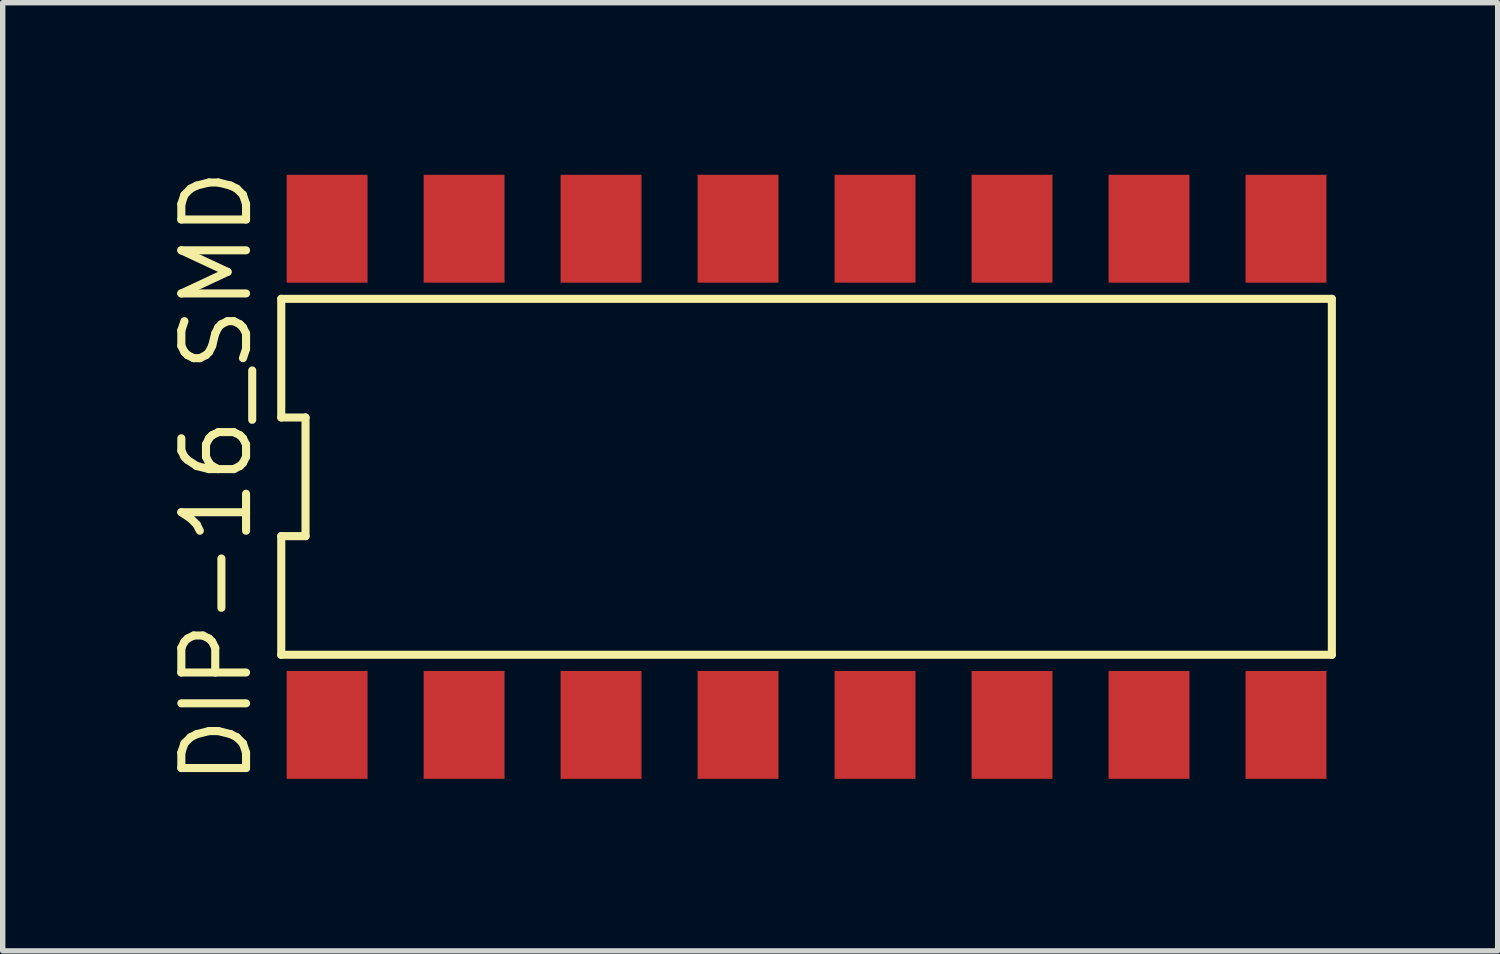
<source format=kicad_pcb>
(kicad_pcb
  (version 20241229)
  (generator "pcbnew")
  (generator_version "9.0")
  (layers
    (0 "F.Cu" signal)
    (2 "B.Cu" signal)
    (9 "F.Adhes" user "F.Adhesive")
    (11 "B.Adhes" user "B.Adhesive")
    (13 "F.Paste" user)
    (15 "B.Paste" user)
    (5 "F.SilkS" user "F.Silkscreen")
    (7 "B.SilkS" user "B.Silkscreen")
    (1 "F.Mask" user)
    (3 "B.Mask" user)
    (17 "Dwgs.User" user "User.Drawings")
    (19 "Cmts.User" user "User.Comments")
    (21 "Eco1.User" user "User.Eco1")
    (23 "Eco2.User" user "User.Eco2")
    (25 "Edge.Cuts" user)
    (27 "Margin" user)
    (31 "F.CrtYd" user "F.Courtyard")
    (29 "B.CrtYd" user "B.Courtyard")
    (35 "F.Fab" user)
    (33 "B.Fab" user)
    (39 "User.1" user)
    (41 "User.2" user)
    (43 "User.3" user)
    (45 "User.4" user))
  (footprint "DIP-16_SMD"
    (layer "F.Cu")
    (at 11.905 5.791)
    (property "Reference" "DIP-16_SMD" (at -10.94 0 90) (layer "F.SilkS") (effects (font (size 1.2 1.2) (thickness 0.15))))
    (attr through_hole)
    (fp_line (start -9.74 -3.3) (end -9.74 -1.1) (stroke (width 0.15) (type solid)) (layer "F.SilkS"))
    (fp_line (start -9.74 -1.1) (end -9.29 -1.1) (stroke (width 0.15) (type solid)) (layer "F.SilkS"))
    (fp_line (start -9.74 1.1) (end -9.74 3.3) (stroke (width 0.15) (type solid)) (layer "F.SilkS"))
    (fp_line (start -9.74 3.3) (end 9.74 3.3) (stroke (width 0.15) (type solid)) (layer "F.SilkS"))
    (fp_line (start -9.29 -1.1) (end -9.29 1.1) (stroke (width 0.15) (type solid)) (layer "F.SilkS"))
    (fp_line (start -9.29 1.1) (end -9.74 1.1) (stroke (width 0.15) (type solid)) (layer "F.SilkS"))
    (fp_line (start 9.74 -3.3) (end -9.74 -3.3) (stroke (width 0.15) (type solid)) (layer "F.SilkS"))
    (fp_line (start 9.74 3.3) (end 9.74 -3.3) (stroke (width 0.15) (type solid)) (layer "F.SilkS"))
    (pad "1" smd rect (at -8.89 4.6) (size 1.5 2) (layers "F.Cu" "F.Mask" "F.Paste"))
    (pad "2" smd rect (at -6.35 4.6) (size 1.5 2) (layers "F.Cu" "F.Mask" "F.Paste"))
    (pad "3" smd rect (at -3.81 4.6) (size 1.5 2) (layers "F.Cu" "F.Mask" "F.Paste"))
    (pad "4" smd rect (at -1.27 4.6) (size 1.5 2) (layers "F.Cu" "F.Mask" "F.Paste"))
    (pad "5" smd rect (at 1.27 4.6) (size 1.5 2) (layers "F.Cu" "F.Mask" "F.Paste"))
    (pad "6" smd rect (at 3.81 4.6) (size 1.5 2) (layers "F.Cu" "F.Mask" "F.Paste"))
    (pad "7" smd rect (at 6.35 4.6) (size 1.5 2) (layers "F.Cu" "F.Mask" "F.Paste"))
    (pad "8" smd rect (at 8.89 4.6) (size 1.5 2) (layers "F.Cu" "F.Mask" "F.Paste"))
    (pad "9" smd rect (at 8.89 -4.6) (size 1.5 2) (layers "F.Cu" "F.Mask" "F.Paste"))
    (pad "10" smd rect (at 6.35 -4.6) (size 1.5 2) (layers "F.Cu" "F.Mask" "F.Paste"))
    (pad "11" smd rect (at 3.81 -4.6) (size 1.5 2) (layers "F.Cu" "F.Mask" "F.Paste"))
    (pad "12" smd rect (at 1.27 -4.6) (size 1.5 2) (layers "F.Cu" "F.Mask" "F.Paste"))
    (pad "13" smd rect (at -1.27 -4.6) (size 1.5 2) (layers "F.Cu" "F.Mask" "F.Paste"))
    (pad "14" smd rect (at -3.81 -4.6) (size 1.5 2) (layers "F.Cu" "F.Mask" "F.Paste"))
    (pad "15" smd rect (at -6.35 -4.6) (size 1.5 2) (layers "F.Cu" "F.Mask" "F.Paste"))
    (pad "16" smd rect (at -8.89 -4.6) (size 1.5 2) (layers "F.Cu" "F.Mask" "F.Paste")))
  (gr_rect
    (start -3 -3)
    (end 24.72 14.581)
    (stroke (width 0.1) (type default))
    (fill no)
    (layer "Edge.Cuts")))
</source>
